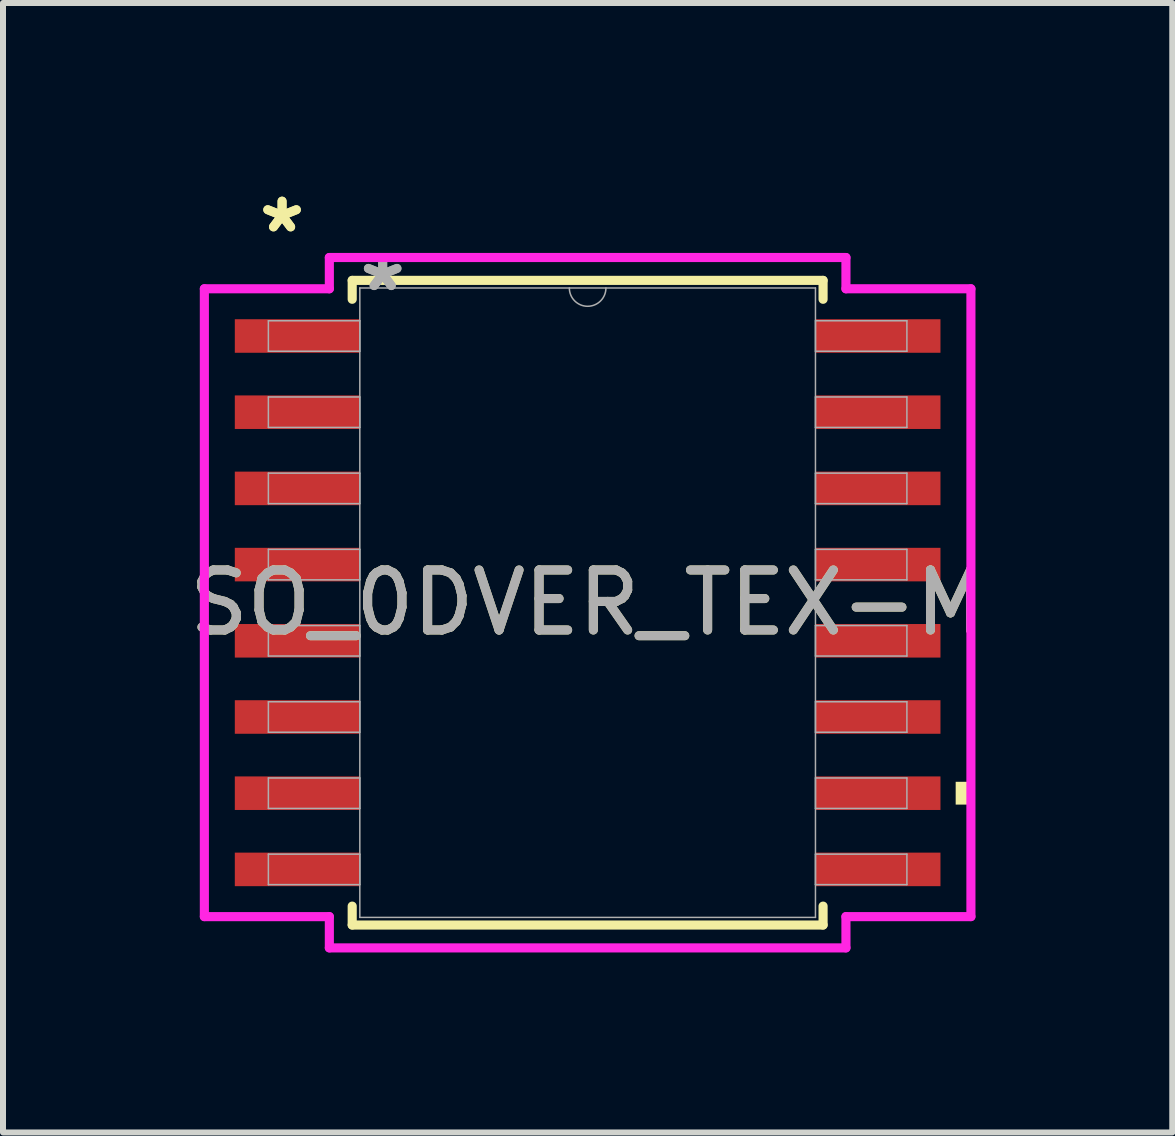
<source format=kicad_pcb>
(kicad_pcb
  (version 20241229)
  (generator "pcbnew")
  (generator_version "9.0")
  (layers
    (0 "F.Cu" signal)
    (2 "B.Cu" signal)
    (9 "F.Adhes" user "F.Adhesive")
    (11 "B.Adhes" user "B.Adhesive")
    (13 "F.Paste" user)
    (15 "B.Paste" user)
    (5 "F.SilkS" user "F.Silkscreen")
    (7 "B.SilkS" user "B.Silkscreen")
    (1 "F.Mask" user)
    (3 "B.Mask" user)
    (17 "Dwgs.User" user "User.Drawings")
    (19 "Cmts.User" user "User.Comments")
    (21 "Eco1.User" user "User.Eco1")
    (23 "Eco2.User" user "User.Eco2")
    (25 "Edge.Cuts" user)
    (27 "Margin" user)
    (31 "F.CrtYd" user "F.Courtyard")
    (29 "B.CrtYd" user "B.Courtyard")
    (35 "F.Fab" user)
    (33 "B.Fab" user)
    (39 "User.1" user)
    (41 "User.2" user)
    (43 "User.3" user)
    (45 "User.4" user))
  (footprint "SO_0DVER_TEX-M"
    (layer "F.Cu")
    (at 6.744 6.995)
    (property "Reference" "SO_0DVER_TEX-M" (at 0 0 0) (unlocked yes) (layer "F.SilkS") (effects (font (size 1 1) (thickness 0.15))))
    (attr smd)
    (fp_line (start -3.924 -5.372) (end -3.924 -5.057) (stroke (width 0.152) (type solid)) (layer "F.SilkS"))
    (fp_line (start -3.924 5.057) (end -3.924 5.372) (stroke (width 0.152) (type solid)) (layer "F.SilkS"))
    (fp_line (start -3.924 5.372) (end 3.924 5.372) (stroke (width 0.152) (type solid)) (layer "F.SilkS"))
    (fp_line (start 3.924 -5.372) (end -3.924 -5.372) (stroke (width 0.152) (type solid)) (layer "F.SilkS"))
    (fp_line (start 3.924 -5.057) (end 3.924 -5.372) (stroke (width 0.152) (type solid)) (layer "F.SilkS"))
    (fp_line (start 3.924 5.372) (end 3.924 5.057) (stroke (width 0.152) (type solid)) (layer "F.SilkS"))
    (fp_poly (pts (xy 6.388 2.985) (xy 6.388 3.365) (xy 6.134 3.365) (xy 6.134 2.985)) (stroke (width 0) (type solid)) (fill yes) (layer "F.SilkS"))
    (fp_line (start -6.388 -5.232) (end -4.305 -5.232) (stroke (width 0.152) (type solid)) (layer "F.CrtYd"))
    (fp_line (start -6.388 5.232) (end -6.388 -5.232) (stroke (width 0.152) (type solid)) (layer "F.CrtYd"))
    (fp_line (start -6.388 5.232) (end -4.305 5.232) (stroke (width 0.152) (type solid)) (layer "F.CrtYd"))
    (fp_line (start -4.305 -5.753) (end 4.305 -5.753) (stroke (width 0.152) (type solid)) (layer "F.CrtYd"))
    (fp_line (start -4.305 -5.232) (end -4.305 -5.753) (stroke (width 0.152) (type solid)) (layer "F.CrtYd"))
    (fp_line (start -4.305 5.753) (end -4.305 5.232) (stroke (width 0.152) (type solid)) (layer "F.CrtYd"))
    (fp_line (start 4.305 -5.753) (end 4.305 -5.232) (stroke (width 0.152) (type solid)) (layer "F.CrtYd"))
    (fp_line (start 4.305 5.232) (end 4.305 5.753) (stroke (width 0.152) (type solid)) (layer "F.CrtYd"))
    (fp_line (start 4.305 5.753) (end -4.305 5.753) (stroke (width 0.152) (type solid)) (layer "F.CrtYd"))
    (fp_line (start 6.388 -5.232) (end 4.305 -5.232) (stroke (width 0.152) (type solid)) (layer "F.CrtYd"))
    (fp_line (start 6.388 -5.232) (end 6.388 5.232) (stroke (width 0.152) (type solid)) (layer "F.CrtYd"))
    (fp_line (start 6.388 5.232) (end 4.305 5.232) (stroke (width 0.152) (type solid)) (layer "F.CrtYd"))
    (fp_line (start -5.321 -4.699) (end -5.321 -4.191) (stroke (width 0.025) (type solid)) (layer "F.Fab"))
    (fp_line (start -5.321 -4.191) (end -3.797 -4.191) (stroke (width 0.025) (type solid)) (layer "F.Fab"))
    (fp_line (start -5.321 -3.429) (end -5.321 -2.921) (stroke (width 0.025) (type solid)) (layer "F.Fab"))
    (fp_line (start -5.321 -2.921) (end -3.797 -2.921) (stroke (width 0.025) (type solid)) (layer "F.Fab"))
    (fp_line (start -5.321 -2.159) (end -5.321 -1.651) (stroke (width 0.025) (type solid)) (layer "F.Fab"))
    (fp_line (start -5.321 -1.651) (end -3.797 -1.651) (stroke (width 0.025) (type solid)) (layer "F.Fab"))
    (fp_line (start -5.321 -0.889) (end -5.321 -0.381) (stroke (width 0.025) (type solid)) (layer "F.Fab"))
    (fp_line (start -5.321 -0.381) (end -3.797 -0.381) (stroke (width 0.025) (type solid)) (layer "F.Fab"))
    (fp_line (start -5.321 0.381) (end -5.321 0.889) (stroke (width 0.025) (type solid)) (layer "F.Fab"))
    (fp_line (start -5.321 0.889) (end -3.797 0.889) (stroke (width 0.025) (type solid)) (layer "F.Fab"))
    (fp_line (start -5.321 1.651) (end -5.321 2.159) (stroke (width 0.025) (type solid)) (layer "F.Fab"))
    (fp_line (start -5.321 2.159) (end -3.797 2.159) (stroke (width 0.025) (type solid)) (layer "F.Fab"))
    (fp_line (start -5.321 2.921) (end -5.321 3.429) (stroke (width 0.025) (type solid)) (layer "F.Fab"))
    (fp_line (start -5.321 3.429) (end -3.797 3.429) (stroke (width 0.025) (type solid)) (layer "F.Fab"))
    (fp_line (start -5.321 4.191) (end -5.321 4.699) (stroke (width 0.025) (type solid)) (layer "F.Fab"))
    (fp_line (start -5.321 4.699) (end -3.797 4.699) (stroke (width 0.025) (type solid)) (layer "F.Fab"))
    (fp_line (start -3.797 -5.245) (end -3.797 5.245) (stroke (width 0.025) (type solid)) (layer "F.Fab"))
    (fp_line (start -3.797 -4.699) (end -5.321 -4.699) (stroke (width 0.025) (type solid)) (layer "F.Fab"))
    (fp_line (start -3.797 -4.191) (end -3.797 -4.699) (stroke (width 0.025) (type solid)) (layer "F.Fab"))
    (fp_line (start -3.797 -3.429) (end -5.321 -3.429) (stroke (width 0.025) (type solid)) (layer "F.Fab"))
    (fp_line (start -3.797 -2.921) (end -3.797 -3.429) (stroke (width 0.025) (type solid)) (layer "F.Fab"))
    (fp_line (start -3.797 -2.159) (end -5.321 -2.159) (stroke (width 0.025) (type solid)) (layer "F.Fab"))
    (fp_line (start -3.797 -1.651) (end -3.797 -2.159) (stroke (width 0.025) (type solid)) (layer "F.Fab"))
    (fp_line (start -3.797 -0.889) (end -5.321 -0.889) (stroke (width 0.025) (type solid)) (layer "F.Fab"))
    (fp_line (start -3.797 -0.381) (end -3.797 -0.889) (stroke (width 0.025) (type solid)) (layer "F.Fab"))
    (fp_line (start -3.797 0.381) (end -5.321 0.381) (stroke (width 0.025) (type solid)) (layer "F.Fab"))
    (fp_line (start -3.797 0.889) (end -3.797 0.381) (stroke (width 0.025) (type solid)) (layer "F.Fab"))
    (fp_line (start -3.797 1.651) (end -5.321 1.651) (stroke (width 0.025) (type solid)) (layer "F.Fab"))
    (fp_line (start -3.797 2.159) (end -3.797 1.651) (stroke (width 0.025) (type solid)) (layer "F.Fab"))
    (fp_line (start -3.797 2.921) (end -5.321 2.921) (stroke (width 0.025) (type solid)) (layer "F.Fab"))
    (fp_line (start -3.797 3.429) (end -3.797 2.921) (stroke (width 0.025) (type solid)) (layer "F.Fab"))
    (fp_line (start -3.797 4.191) (end -5.321 4.191) (stroke (width 0.025) (type solid)) (layer "F.Fab"))
    (fp_line (start -3.797 4.699) (end -3.797 4.191) (stroke (width 0.025) (type solid)) (layer "F.Fab"))
    (fp_line (start -3.797 5.245) (end 3.797 5.245) (stroke (width 0.025) (type solid)) (layer "F.Fab"))
    (fp_line (start 3.797 -5.245) (end -3.797 -5.245) (stroke (width 0.025) (type solid)) (layer "F.Fab"))
    (fp_line (start 3.797 -4.699) (end 3.797 -4.191) (stroke (width 0.025) (type solid)) (layer "F.Fab"))
    (fp_line (start 3.797 -4.191) (end 5.321 -4.191) (stroke (width 0.025) (type solid)) (layer "F.Fab"))
    (fp_line (start 3.797 -3.429) (end 3.797 -2.921) (stroke (width 0.025) (type solid)) (layer "F.Fab"))
    (fp_line (start 3.797 -2.921) (end 5.321 -2.921) (stroke (width 0.025) (type solid)) (layer "F.Fab"))
    (fp_line (start 3.797 -2.159) (end 3.797 -1.651) (stroke (width 0.025) (type solid)) (layer "F.Fab"))
    (fp_line (start 3.797 -1.651) (end 5.321 -1.651) (stroke (width 0.025) (type solid)) (layer "F.Fab"))
    (fp_line (start 3.797 -0.889) (end 3.797 -0.381) (stroke (width 0.025) (type solid)) (layer "F.Fab"))
    (fp_line (start 3.797 -0.381) (end 5.321 -0.381) (stroke (width 0.025) (type solid)) (layer "F.Fab"))
    (fp_line (start 3.797 0.381) (end 3.797 0.889) (stroke (width 0.025) (type solid)) (layer "F.Fab"))
    (fp_line (start 3.797 0.889) (end 5.321 0.889) (stroke (width 0.025) (type solid)) (layer "F.Fab"))
    (fp_line (start 3.797 1.651) (end 3.797 2.159) (stroke (width 0.025) (type solid)) (layer "F.Fab"))
    (fp_line (start 3.797 2.159) (end 5.321 2.159) (stroke (width 0.025) (type solid)) (layer "F.Fab"))
    (fp_line (start 3.797 2.921) (end 3.797 3.429) (stroke (width 0.025) (type solid)) (layer "F.Fab"))
    (fp_line (start 3.797 3.429) (end 5.321 3.429) (stroke (width 0.025) (type solid)) (layer "F.Fab"))
    (fp_line (start 3.797 4.191) (end 3.797 4.699) (stroke (width 0.025) (type solid)) (layer "F.Fab"))
    (fp_line (start 3.797 4.699) (end 5.321 4.699) (stroke (width 0.025) (type solid)) (layer "F.Fab"))
    (fp_line (start 3.797 5.245) (end 3.797 -5.245) (stroke (width 0.025) (type solid)) (layer "F.Fab"))
    (fp_line (start 5.321 -4.699) (end 3.797 -4.699) (stroke (width 0.025) (type solid)) (layer "F.Fab"))
    (fp_line (start 5.321 -4.191) (end 5.321 -4.699) (stroke (width 0.025) (type solid)) (layer "F.Fab"))
    (fp_line (start 5.321 -3.429) (end 3.797 -3.429) (stroke (width 0.025) (type solid)) (layer "F.Fab"))
    (fp_line (start 5.321 -2.921) (end 5.321 -3.429) (stroke (width 0.025) (type solid)) (layer "F.Fab"))
    (fp_line (start 5.321 -2.159) (end 3.797 -2.159) (stroke (width 0.025) (type solid)) (layer "F.Fab"))
    (fp_line (start 5.321 -1.651) (end 5.321 -2.159) (stroke (width 0.025) (type solid)) (layer "F.Fab"))
    (fp_line (start 5.321 -0.889) (end 3.797 -0.889) (stroke (width 0.025) (type solid)) (layer "F.Fab"))
    (fp_line (start 5.321 -0.381) (end 5.321 -0.889) (stroke (width 0.025) (type solid)) (layer "F.Fab"))
    (fp_line (start 5.321 0.381) (end 3.797 0.381) (stroke (width 0.025) (type solid)) (layer "F.Fab"))
    (fp_line (start 5.321 0.889) (end 5.321 0.381) (stroke (width 0.025) (type solid)) (layer "F.Fab"))
    (fp_line (start 5.321 1.651) (end 3.797 1.651) (stroke (width 0.025) (type solid)) (layer "F.Fab"))
    (fp_line (start 5.321 2.159) (end 5.321 1.651) (stroke (width 0.025) (type solid)) (layer "F.Fab"))
    (fp_line (start 5.321 2.921) (end 3.797 2.921) (stroke (width 0.025) (type solid)) (layer "F.Fab"))
    (fp_line (start 5.321 3.429) (end 5.321 2.921) (stroke (width 0.025) (type solid)) (layer "F.Fab"))
    (fp_line (start 5.321 4.191) (end 3.797 4.191) (stroke (width 0.025) (type solid)) (layer "F.Fab"))
    (fp_line (start 5.321 4.699) (end 5.321 4.191) (stroke (width 0.025) (type solid)) (layer "F.Fab"))
    (fp_arc (start 0.3048 -5.2451) (mid 0 -4.9403) (end -0.3048 -5.2451) (stroke (width 0.0254) (type solid)) (layer "F.Fab"))
    (fp_text user "*" (at -5.093 -6.147 0) (unlocked yes) (layer "F.SilkS") (effects (font (size 1 1) (thickness 0.15))))
    (fp_text user "*" (at -5.093 -6.147 0) (layer "F.SilkS") (effects (font (size 1 1) (thickness 0.15))))
    (fp_text user "*" (at -3.416 -5.169 0) (layer "F.Fab") (effects (font (size 1 1) (thickness 0.15))))
    (fp_text user "${REFERENCE}" (at 0 0 0) (unlocked yes) (layer "F.Fab") (effects (font (size 1 1) (thickness 0.15))))
    (fp_text user "*" (at -3.416 -5.169 0) (unlocked yes) (layer "F.Fab") (effects (font (size 1 1) (thickness 0.15))))
    (pad "1" smd rect (at -4.839 -4.445) (size 2.083 0.559) (layers "F.Cu" "F.Mask" "F.Paste"))
    (pad "2" smd rect (at -4.839 -3.175) (size 2.083 0.559) (layers "F.Cu" "F.Mask" "F.Paste"))
    (pad "3" smd rect (at -4.839 -1.905) (size 2.083 0.559) (layers "F.Cu" "F.Mask" "F.Paste"))
    (pad "4" smd rect (at -4.839 -0.635) (size 2.083 0.559) (layers "F.Cu" "F.Mask" "F.Paste"))
    (pad "5" smd rect (at -4.839 0.635) (size 2.083 0.559) (layers "F.Cu" "F.Mask" "F.Paste"))
    (pad "6" smd rect (at -4.839 1.905) (size 2.083 0.559) (layers "F.Cu" "F.Mask" "F.Paste"))
    (pad "7" smd rect (at -4.839 3.175) (size 2.083 0.559) (layers "F.Cu" "F.Mask" "F.Paste"))
    (pad "8" smd rect (at -4.839 4.445) (size 2.083 0.559) (layers "F.Cu" "F.Mask" "F.Paste"))
    (pad "9" smd rect (at 4.839 4.445) (size 2.083 0.559) (layers "F.Cu" "F.Mask" "F.Paste"))
    (pad "10" smd rect (at 4.839 3.175) (size 2.083 0.559) (layers "F.Cu" "F.Mask" "F.Paste"))
    (pad "11" smd rect (at 4.839 1.905) (size 2.083 0.559) (layers "F.Cu" "F.Mask" "F.Paste"))
    (pad "12" smd rect (at 4.839 0.635) (size 2.083 0.559) (layers "F.Cu" "F.Mask" "F.Paste"))
    (pad "13" smd rect (at 4.839 -0.635) (size 2.083 0.559) (layers "F.Cu" "F.Mask" "F.Paste"))
    (pad "14" smd rect (at 4.839 -1.905) (size 2.083 0.559) (layers "F.Cu" "F.Mask" "F.Paste"))
    (pad "15" smd rect (at 4.839 -3.175) (size 2.083 0.559) (layers "F.Cu" "F.Mask" "F.Paste"))
    (pad "16" smd rect (at 4.839 -4.445) (size 2.083 0.559) (layers "F.Cu" "F.Mask" "F.Paste")))
  (gr_rect
    (start -3 -3)
    (end 16.488 15.824)
    (stroke (width 0.1) (type default))
    (fill no)
    (layer "Edge.Cuts")))
</source>
